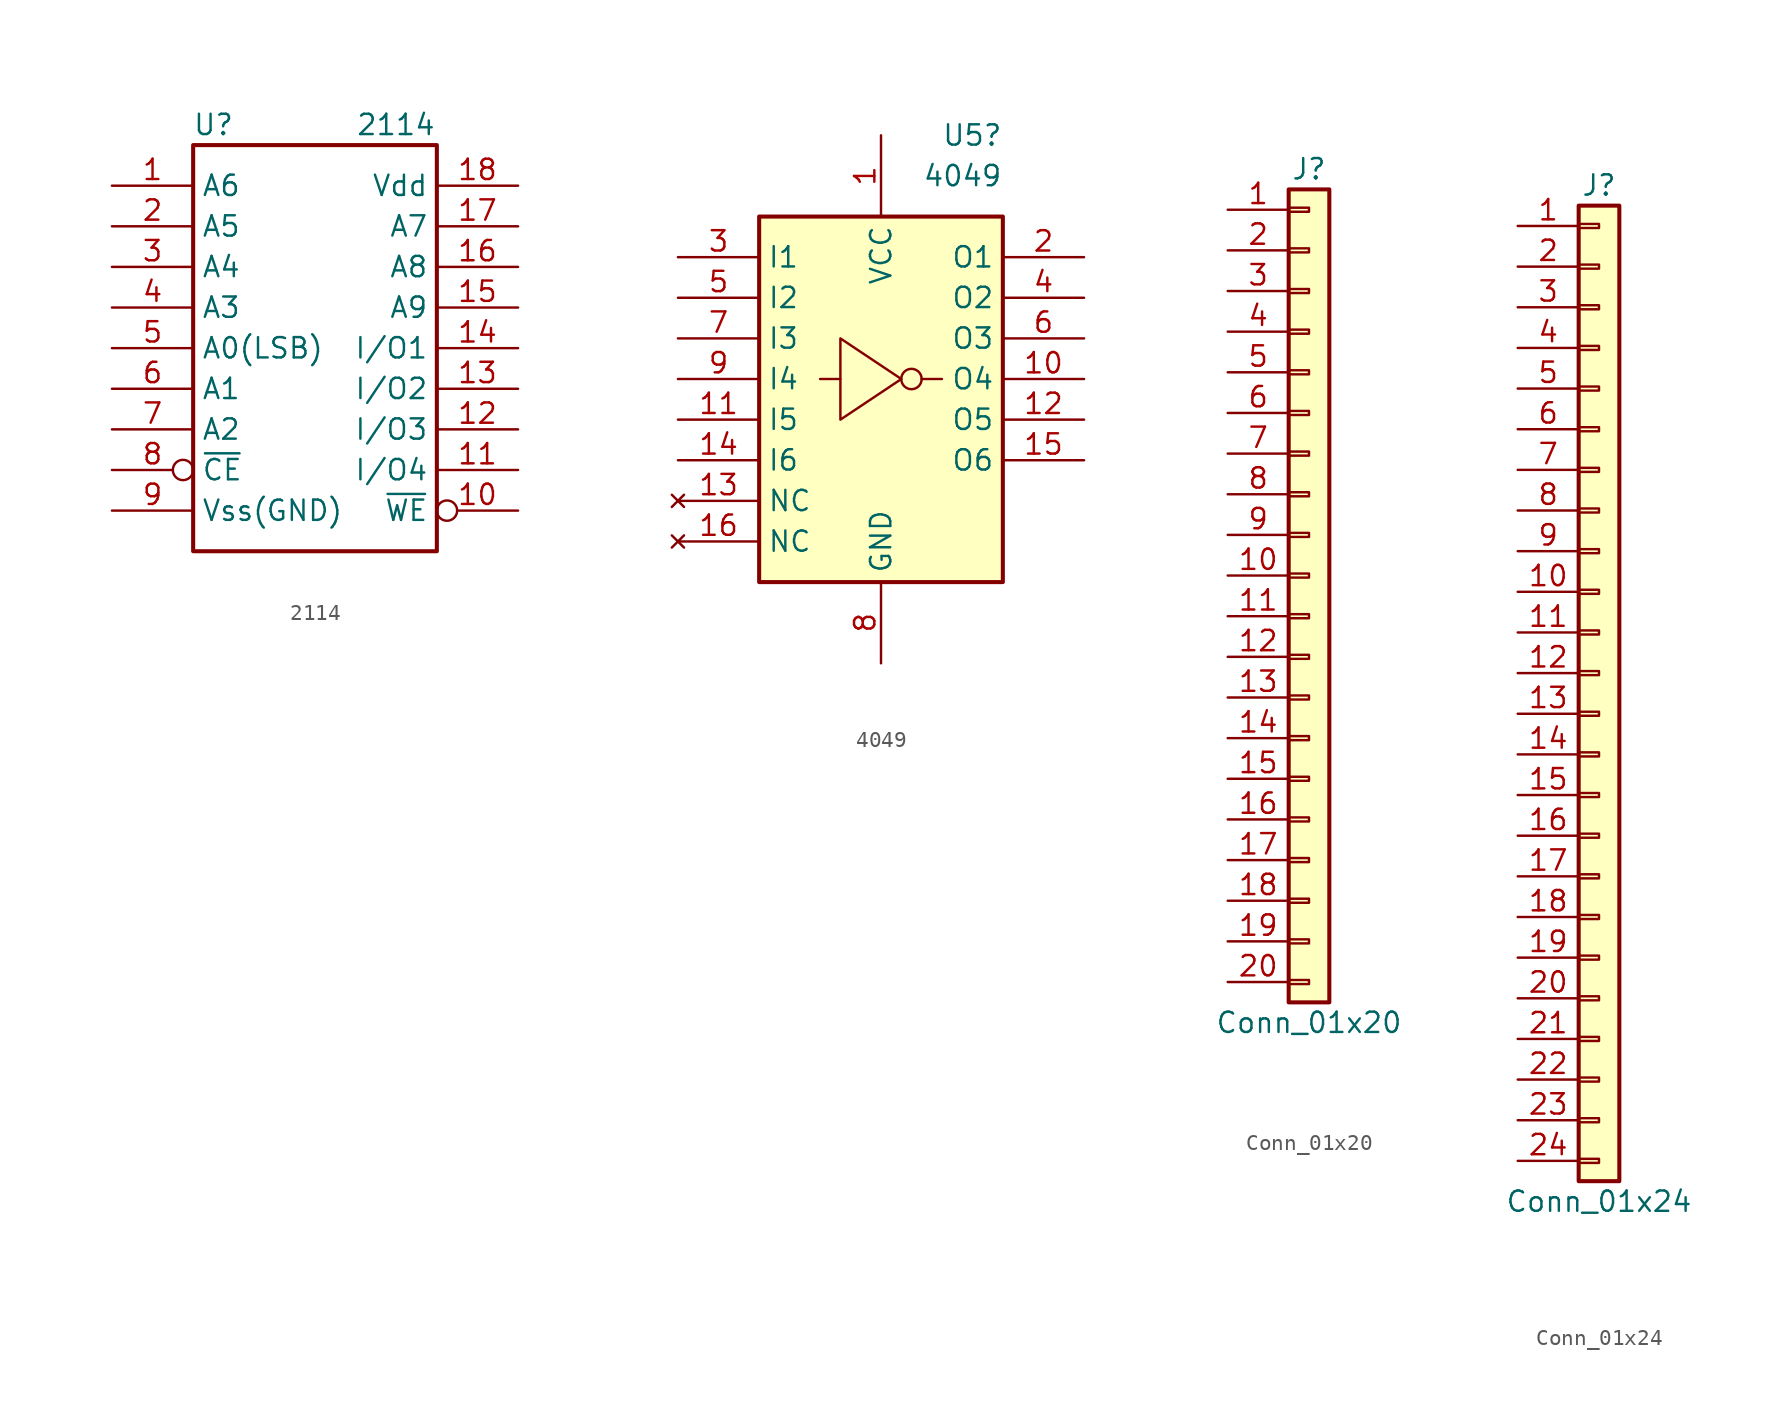
<source format=kicad_sym>
(kicad_symbol_lib
  (version 20220914)
  (generator kicad_symbol_editor)
  (symbol "2114"
    (property "Reference" "U"
      (at -6.35 24.13 0)
      (effects (font (size 1.27 1.27))))
    (property "Value" "2114"
      (at 2.54 24.13 0)
      (effects (font (size 1.27 1.27)) (justify left)))
    (symbol "2114_1_1"
      (rectangle (start -7.62 22.86) (end 7.62 -2.54) (stroke (width 0.254) (type default)) (fill (type none)))
      (pin input line (at -12.7 20.32 0) (length 5.08) (name "A6" (effects (font (size 1.27 1.27)))) (number "1" (effects (font (size 1.27 1.27)))))
      (pin input inverted (at 12.7 0 180) (length 5.08) (name "~{WE}" (effects (font (size 1.27 1.27)))) (number "10" (effects (font (size 1.27 1.27)))))
      (pin tri_state line (at 12.7 2.54 180) (length 5.08) (name "I/O4" (effects (font (size 1.27 1.27)))) (number "11" (effects (font (size 1.27 1.27)))))
      (pin tri_state line (at 12.7 5.08 180) (length 5.08) (name "I/O3" (effects (font (size 1.27 1.27)))) (number "12" (effects (font (size 1.27 1.27)))))
      (pin tri_state line (at 12.7 7.62 180) (length 5.08) (name "I/O2" (effects (font (size 1.27 1.27)))) (number "13" (effects (font (size 1.27 1.27)))))
      (pin tri_state line (at 12.7 10.16 180) (length 5.08) (name "I/O1" (effects (font (size 1.27 1.27)))) (number "14" (effects (font (size 1.27 1.27)))))
      (pin input line (at 12.7 12.7 180) (length 5.08) (name "A9" (effects (font (size 1.27 1.27)))) (number "15" (effects (font (size 1.27 1.27)))))
      (pin input line (at 12.7 15.24 180) (length 5.08) (name "A8" (effects (font (size 1.27 1.27)))) (number "16" (effects (font (size 1.27 1.27)))))
      (pin input line (at 12.7 17.78 180) (length 5.08) (name "A7" (effects (font (size 1.27 1.27)))) (number "17" (effects (font (size 1.27 1.27)))))
      (pin power_in line (at 12.7 20.32 180) (length 5.08) (name "Vdd" (effects (font (size 1.27 1.27)))) (number "18" (effects (font (size 1.27 1.27)))))
      (pin input line (at -12.7 17.78 0) (length 5.08) (name "A5" (effects (font (size 1.27 1.27)))) (number "2" (effects (font (size 1.27 1.27)))))
      (pin input line (at -12.7 15.24 0) (length 5.08) (name "A4" (effects (font (size 1.27 1.27)))) (number "3" (effects (font (size 1.27 1.27)))))
      (pin input line (at -12.7 12.7 0) (length 5.08) (name "A3" (effects (font (size 1.27 1.27)))) (number "4" (effects (font (size 1.27 1.27)))))
      (pin input line (at -12.7 10.16 0) (length 5.08) (name "A0(LSB)" (effects (font (size 1.27 1.27)))) (number "5" (effects (font (size 1.27 1.27)))))
      (pin input line (at -12.7 7.62 0) (length 5.08) (name "A1" (effects (font (size 1.27 1.27)))) (number "6" (effects (font (size 1.27 1.27)))))
      (pin input line (at -12.7 5.08 0) (length 5.08) (name "A2" (effects (font (size 1.27 1.27)))) (number "7" (effects (font (size 1.27 1.27)))))
      (pin input inverted (at -12.7 2.54 0) (length 5.08) (name "~{CE}" (effects (font (size 1.27 1.27)))) (number "8" (effects (font (size 1.27 1.27)))))
      (pin power_in line (at -12.7 0 0) (length 5.08) (name "Vss(GND)" (effects (font (size 1.27 1.27)))) (number "9" (effects (font (size 1.27 1.27)))))))
  (symbol "4049"
    (property "Reference" "U5"
      (at 7.62 12.7 0)
      (effects (font (size 1.27 1.27)) (justify right)))
    (property "Value" "4049"
      (at 7.62 10.16 0)
      (effects (font (size 1.27 1.27)) (justify right)))
    (symbol "4049_0_1"
      (circle (center 1.905 -2.54) (radius 0.637) (stroke (width 0) (type default)) (fill (type none))))
    (symbol "4049_1_0"
      (pin power_in line (at 0 12.7 270) (length 5.08) (name "VCC" (effects (font (size 1.27 1.27)))) (number "1" (effects (font (size 1.27 1.27)))))
      (pin output line (at 12.7 -2.54 180) (length 5.08) (name "O4" (effects (font (size 1.27 1.27)))) (number "10" (effects (font (size 1.27 1.27)))))
      (pin input line (at -12.7 -5.08 0) (length 5.08) (name "I5" (effects (font (size 1.27 1.27)))) (number "11" (effects (font (size 1.27 1.27)))))
      (pin output line (at 12.7 -5.08 180) (length 5.08) (name "O5" (effects (font (size 1.27 1.27)))) (number "12" (effects (font (size 1.27 1.27)))))
      (pin no_connect line (at -12.7 -10.16 0) (length 5.08) (name "NC" (effects (font (size 1.27 1.27)))) (number "13" (effects (font (size 1.27 1.27)))))
      (pin input line (at -12.7 -7.62 0) (length 5.08) (name "I6" (effects (font (size 1.27 1.27)))) (number "14" (effects (font (size 1.27 1.27)))))
      (pin output line (at 12.7 -7.62 180) (length 5.08) (name "O6" (effects (font (size 1.27 1.27)))) (number "15" (effects (font (size 1.27 1.27)))))
      (pin no_connect line (at -12.7 -12.7 0) (length 5.08) (name "NC" (effects (font (size 1.27 1.27)))) (number "16" (effects (font (size 1.27 1.27)))))
      (pin output line (at 12.7 5.08 180) (length 5.08) (name "O1" (effects (font (size 1.27 1.27)))) (number "2" (effects (font (size 1.27 1.27)))))
      (pin input line (at -12.7 5.08 0) (length 5.08) (name "I1" (effects (font (size 1.27 1.27)))) (number "3" (effects (font (size 1.27 1.27)))))
      (pin output line (at 12.7 2.54 180) (length 5.08) (name "O2" (effects (font (size 1.27 1.27)))) (number "4" (effects (font (size 1.27 1.27)))))
      (pin input line (at -12.7 2.54 0) (length 5.08) (name "I2" (effects (font (size 1.27 1.27)))) (number "5" (effects (font (size 1.27 1.27)))))
      (pin output line (at 12.7 0 180) (length 5.08) (name "O3" (effects (font (size 1.27 1.27)))) (number "6" (effects (font (size 1.27 1.27)))))
      (pin input line (at -12.7 0 0) (length 5.08) (name "I3" (effects (font (size 1.27 1.27)))) (number "7" (effects (font (size 1.27 1.27)))))
      (pin power_in line (at 0 -20.32 90) (length 5.08) (name "GND" (effects (font (size 1.27 1.27)))) (number "8" (effects (font (size 1.27 1.27)))))
      (pin input line (at -12.7 -2.54 0) (length 5.08) (name "I4" (effects (font (size 1.27 1.27)))) (number "9" (effects (font (size 1.27 1.27))))))
    (symbol "4049_1_1"
      (rectangle (start -7.62 7.62) (end 7.62 -15.24) (stroke (width 0.254) (type default)) (fill (type background)))
      (polyline (pts (xy -2.54 -2.54) (xy -3.81 -2.54)) (stroke (width 0) (type default)) (fill (type none)))
      (polyline (pts (xy 2.54 -2.54) (xy 3.81 -2.54)) (stroke (width 0) (type default)) (fill (type none)))
      (polyline (pts (xy 1.27 -2.54) (xy -2.54 0) (xy -2.54 -5.08) (xy 1.27 -2.54)) (stroke (width 0) (type default)) (fill (type none)))))
  (symbol "Conn_01x20"
    (pin_names
      (offset 1.016) hide)
    (property "Reference" "J"
      (at 0 25.4 0)
      (effects (font (size 1.27 1.27))))
    (property "Value" "Conn_01x20"
      (at 0 -27.94 0)
      (effects (font (size 1.27 1.27))))
    (symbol "Conn_01x20_1_1"
      (rectangle (start -1.27 -25.273) (end 0 -25.527) (stroke (width 0.152) (type default)) (fill (type none)))
      (rectangle (start -1.27 -22.733) (end 0 -22.987) (stroke (width 0.152) (type default)) (fill (type none)))
      (rectangle (start -1.27 -20.193) (end 0 -20.447) (stroke (width 0.152) (type default)) (fill (type none)))
      (rectangle (start -1.27 -17.653) (end 0 -17.907) (stroke (width 0.152) (type default)) (fill (type none)))
      (rectangle (start -1.27 -15.113) (end 0 -15.367) (stroke (width 0.152) (type default)) (fill (type none)))
      (rectangle (start -1.27 -12.573) (end 0 -12.827) (stroke (width 0.152) (type default)) (fill (type none)))
      (rectangle (start -1.27 -10.033) (end 0 -10.287) (stroke (width 0.152) (type default)) (fill (type none)))
      (rectangle (start -1.27 -7.493) (end 0 -7.747) (stroke (width 0.152) (type default)) (fill (type none)))
      (rectangle (start -1.27 -4.953) (end 0 -5.207) (stroke (width 0.152) (type default)) (fill (type none)))
      (rectangle (start -1.27 -2.413) (end 0 -2.667) (stroke (width 0.152) (type default)) (fill (type none)))
      (rectangle (start -1.27 0.127) (end 0 -0.127) (stroke (width 0.152) (type default)) (fill (type none)))
      (rectangle (start -1.27 2.667) (end 0 2.413) (stroke (width 0.152) (type default)) (fill (type none)))
      (rectangle (start -1.27 5.207) (end 0 4.953) (stroke (width 0.152) (type default)) (fill (type none)))
      (rectangle (start -1.27 7.747) (end 0 7.493) (stroke (width 0.152) (type default)) (fill (type none)))
      (rectangle (start -1.27 10.287) (end 0 10.033) (stroke (width 0.152) (type default)) (fill (type none)))
      (rectangle (start -1.27 12.827) (end 0 12.573) (stroke (width 0.152) (type default)) (fill (type none)))
      (rectangle (start -1.27 15.367) (end 0 15.113) (stroke (width 0.152) (type default)) (fill (type none)))
      (rectangle (start -1.27 17.907) (end 0 17.653) (stroke (width 0.152) (type default)) (fill (type none)))
      (rectangle (start -1.27 20.447) (end 0 20.193) (stroke (width 0.152) (type default)) (fill (type none)))
      (rectangle (start -1.27 22.987) (end 0 22.733) (stroke (width 0.152) (type default)) (fill (type none)))
      (rectangle (start -1.27 24.13) (end 1.27 -26.67) (stroke (width 0.254) (type default)) (fill (type background)))
      (pin passive line (at -5.08 22.86 0) (length 3.81) (name "Pin_1" (effects (font (size 1.27 1.27)))) (number "1" (effects (font (size 1.27 1.27)))))
      (pin passive line (at -5.08 0 0) (length 3.81) (name "Pin_10" (effects (font (size 1.27 1.27)))) (number "10" (effects (font (size 1.27 1.27)))))
      (pin passive line (at -5.08 -2.54 0) (length 3.81) (name "Pin_11" (effects (font (size 1.27 1.27)))) (number "11" (effects (font (size 1.27 1.27)))))
      (pin passive line (at -5.08 -5.08 0) (length 3.81) (name "Pin_12" (effects (font (size 1.27 1.27)))) (number "12" (effects (font (size 1.27 1.27)))))
      (pin passive line (at -5.08 -7.62 0) (length 3.81) (name "Pin_13" (effects (font (size 1.27 1.27)))) (number "13" (effects (font (size 1.27 1.27)))))
      (pin passive line (at -5.08 -10.16 0) (length 3.81) (name "Pin_14" (effects (font (size 1.27 1.27)))) (number "14" (effects (font (size 1.27 1.27)))))
      (pin passive line (at -5.08 -12.7 0) (length 3.81) (name "Pin_15" (effects (font (size 1.27 1.27)))) (number "15" (effects (font (size 1.27 1.27)))))
      (pin passive line (at -5.08 -15.24 0) (length 3.81) (name "Pin_16" (effects (font (size 1.27 1.27)))) (number "16" (effects (font (size 1.27 1.27)))))
      (pin passive line (at -5.08 -17.78 0) (length 3.81) (name "Pin_17" (effects (font (size 1.27 1.27)))) (number "17" (effects (font (size 1.27 1.27)))))
      (pin passive line (at -5.08 -20.32 0) (length 3.81) (name "Pin_18" (effects (font (size 1.27 1.27)))) (number "18" (effects (font (size 1.27 1.27)))))
      (pin passive line (at -5.08 -22.86 0) (length 3.81) (name "Pin_19" (effects (font (size 1.27 1.27)))) (number "19" (effects (font (size 1.27 1.27)))))
      (pin passive line (at -5.08 20.32 0) (length 3.81) (name "Pin_2" (effects (font (size 1.27 1.27)))) (number "2" (effects (font (size 1.27 1.27)))))
      (pin passive line (at -5.08 -25.4 0) (length 3.81) (name "Pin_20" (effects (font (size 1.27 1.27)))) (number "20" (effects (font (size 1.27 1.27)))))
      (pin passive line (at -5.08 17.78 0) (length 3.81) (name "Pin_3" (effects (font (size 1.27 1.27)))) (number "3" (effects (font (size 1.27 1.27)))))
      (pin passive line (at -5.08 15.24 0) (length 3.81) (name "Pin_4" (effects (font (size 1.27 1.27)))) (number "4" (effects (font (size 1.27 1.27)))))
      (pin passive line (at -5.08 12.7 0) (length 3.81) (name "Pin_5" (effects (font (size 1.27 1.27)))) (number "5" (effects (font (size 1.27 1.27)))))
      (pin passive line (at -5.08 10.16 0) (length 3.81) (name "Pin_6" (effects (font (size 1.27 1.27)))) (number "6" (effects (font (size 1.27 1.27)))))
      (pin passive line (at -5.08 7.62 0) (length 3.81) (name "Pin_7" (effects (font (size 1.27 1.27)))) (number "7" (effects (font (size 1.27 1.27)))))
      (pin passive line (at -5.08 5.08 0) (length 3.81) (name "Pin_8" (effects (font (size 1.27 1.27)))) (number "8" (effects (font (size 1.27 1.27)))))
      (pin passive line (at -5.08 2.54 0) (length 3.81) (name "Pin_9" (effects (font (size 1.27 1.27)))) (number "9" (effects (font (size 1.27 1.27)))))))
  (symbol "Conn_01x24"
    (pin_names
      (offset 1.016) hide)
    (property "Reference" "J"
      (at 0 30.48 0)
      (effects (font (size 1.27 1.27))))
    (property "Value" "Conn_01x24"
      (at 0 -33.02 0)
      (effects (font (size 1.27 1.27))))
    (symbol "Conn_01x24_1_1"
      (rectangle (start -1.27 -30.353) (end 0 -30.607) (stroke (width 0.152) (type default)) (fill (type none)))
      (rectangle (start -1.27 -27.813) (end 0 -28.067) (stroke (width 0.152) (type default)) (fill (type none)))
      (rectangle (start -1.27 -25.273) (end 0 -25.527) (stroke (width 0.152) (type default)) (fill (type none)))
      (rectangle (start -1.27 -22.733) (end 0 -22.987) (stroke (width 0.152) (type default)) (fill (type none)))
      (rectangle (start -1.27 -20.193) (end 0 -20.447) (stroke (width 0.152) (type default)) (fill (type none)))
      (rectangle (start -1.27 -17.653) (end 0 -17.907) (stroke (width 0.152) (type default)) (fill (type none)))
      (rectangle (start -1.27 -15.113) (end 0 -15.367) (stroke (width 0.152) (type default)) (fill (type none)))
      (rectangle (start -1.27 -12.573) (end 0 -12.827) (stroke (width 0.152) (type default)) (fill (type none)))
      (rectangle (start -1.27 -10.033) (end 0 -10.287) (stroke (width 0.152) (type default)) (fill (type none)))
      (rectangle (start -1.27 -7.493) (end 0 -7.747) (stroke (width 0.152) (type default)) (fill (type none)))
      (rectangle (start -1.27 -4.953) (end 0 -5.207) (stroke (width 0.152) (type default)) (fill (type none)))
      (rectangle (start -1.27 -2.413) (end 0 -2.667) (stroke (width 0.152) (type default)) (fill (type none)))
      (rectangle (start -1.27 0.127) (end 0 -0.127) (stroke (width 0.152) (type default)) (fill (type none)))
      (rectangle (start -1.27 2.667) (end 0 2.413) (stroke (width 0.152) (type default)) (fill (type none)))
      (rectangle (start -1.27 5.207) (end 0 4.953) (stroke (width 0.152) (type default)) (fill (type none)))
      (rectangle (start -1.27 7.747) (end 0 7.493) (stroke (width 0.152) (type default)) (fill (type none)))
      (rectangle (start -1.27 10.287) (end 0 10.033) (stroke (width 0.152) (type default)) (fill (type none)))
      (rectangle (start -1.27 12.827) (end 0 12.573) (stroke (width 0.152) (type default)) (fill (type none)))
      (rectangle (start -1.27 15.367) (end 0 15.113) (stroke (width 0.152) (type default)) (fill (type none)))
      (rectangle (start -1.27 17.907) (end 0 17.653) (stroke (width 0.152) (type default)) (fill (type none)))
      (rectangle (start -1.27 20.447) (end 0 20.193) (stroke (width 0.152) (type default)) (fill (type none)))
      (rectangle (start -1.27 22.987) (end 0 22.733) (stroke (width 0.152) (type default)) (fill (type none)))
      (rectangle (start -1.27 25.527) (end 0 25.273) (stroke (width 0.152) (type default)) (fill (type none)))
      (rectangle (start -1.27 28.067) (end 0 27.813) (stroke (width 0.152) (type default)) (fill (type none)))
      (rectangle (start -1.27 29.21) (end 1.27 -31.75) (stroke (width 0.254) (type default)) (fill (type background)))
      (pin passive line (at -5.08 27.94 0) (length 3.81) (name "Pin_1" (effects (font (size 1.27 1.27)))) (number "1" (effects (font (size 1.27 1.27)))))
      (pin passive line (at -5.08 5.08 0) (length 3.81) (name "Pin_10" (effects (font (size 1.27 1.27)))) (number "10" (effects (font (size 1.27 1.27)))))
      (pin passive line (at -5.08 2.54 0) (length 3.81) (name "Pin_11" (effects (font (size 1.27 1.27)))) (number "11" (effects (font (size 1.27 1.27)))))
      (pin passive line (at -5.08 0 0) (length 3.81) (name "Pin_12" (effects (font (size 1.27 1.27)))) (number "12" (effects (font (size 1.27 1.27)))))
      (pin passive line (at -5.08 -2.54 0) (length 3.81) (name "Pin_13" (effects (font (size 1.27 1.27)))) (number "13" (effects (font (size 1.27 1.27)))))
      (pin passive line (at -5.08 -5.08 0) (length 3.81) (name "Pin_14" (effects (font (size 1.27 1.27)))) (number "14" (effects (font (size 1.27 1.27)))))
      (pin passive line (at -5.08 -7.62 0) (length 3.81) (name "Pin_15" (effects (font (size 1.27 1.27)))) (number "15" (effects (font (size 1.27 1.27)))))
      (pin passive line (at -5.08 -10.16 0) (length 3.81) (name "Pin_16" (effects (font (size 1.27 1.27)))) (number "16" (effects (font (size 1.27 1.27)))))
      (pin passive line (at -5.08 -12.7 0) (length 3.81) (name "Pin_17" (effects (font (size 1.27 1.27)))) (number "17" (effects (font (size 1.27 1.27)))))
      (pin passive line (at -5.08 -15.24 0) (length 3.81) (name "Pin_18" (effects (font (size 1.27 1.27)))) (number "18" (effects (font (size 1.27 1.27)))))
      (pin passive line (at -5.08 -17.78 0) (length 3.81) (name "Pin_19" (effects (font (size 1.27 1.27)))) (number "19" (effects (font (size 1.27 1.27)))))
      (pin passive line (at -5.08 25.4 0) (length 3.81) (name "Pin_2" (effects (font (size 1.27 1.27)))) (number "2" (effects (font (size 1.27 1.27)))))
      (pin passive line (at -5.08 -20.32 0) (length 3.81) (name "Pin_20" (effects (font (size 1.27 1.27)))) (number "20" (effects (font (size 1.27 1.27)))))
      (pin passive line (at -5.08 -22.86 0) (length 3.81) (name "Pin_21" (effects (font (size 1.27 1.27)))) (number "21" (effects (font (size 1.27 1.27)))))
      (pin passive line (at -5.08 -25.4 0) (length 3.81) (name "Pin_22" (effects (font (size 1.27 1.27)))) (number "22" (effects (font (size 1.27 1.27)))))
      (pin passive line (at -5.08 -27.94 0) (length 3.81) (name "Pin_23" (effects (font (size 1.27 1.27)))) (number "23" (effects (font (size 1.27 1.27)))))
      (pin passive line (at -5.08 -30.48 0) (length 3.81) (name "Pin_24" (effects (font (size 1.27 1.27)))) (number "24" (effects (font (size 1.27 1.27)))))
      (pin passive line (at -5.08 22.86 0) (length 3.81) (name "Pin_3" (effects (font (size 1.27 1.27)))) (number "3" (effects (font (size 1.27 1.27)))))
      (pin passive line (at -5.08 20.32 0) (length 3.81) (name "Pin_4" (effects (font (size 1.27 1.27)))) (number "4" (effects (font (size 1.27 1.27)))))
      (pin passive line (at -5.08 17.78 0) (length 3.81) (name "Pin_5" (effects (font (size 1.27 1.27)))) (number "5" (effects (font (size 1.27 1.27)))))
      (pin passive line (at -5.08 15.24 0) (length 3.81) (name "Pin_6" (effects (font (size 1.27 1.27)))) (number "6" (effects (font (size 1.27 1.27)))))
      (pin passive line (at -5.08 12.7 0) (length 3.81) (name "Pin_7" (effects (font (size 1.27 1.27)))) (number "7" (effects (font (size 1.27 1.27)))))
      (pin passive line (at -5.08 10.16 0) (length 3.81) (name "Pin_8" (effects (font (size 1.27 1.27)))) (number "8" (effects (font (size 1.27 1.27)))))
      (pin passive line (at -5.08 7.62 0) (length 3.81) (name "Pin_9" (effects (font (size 1.27 1.27)))) (number "9" (effects (font (size 1.27 1.27))))))))
</source>
